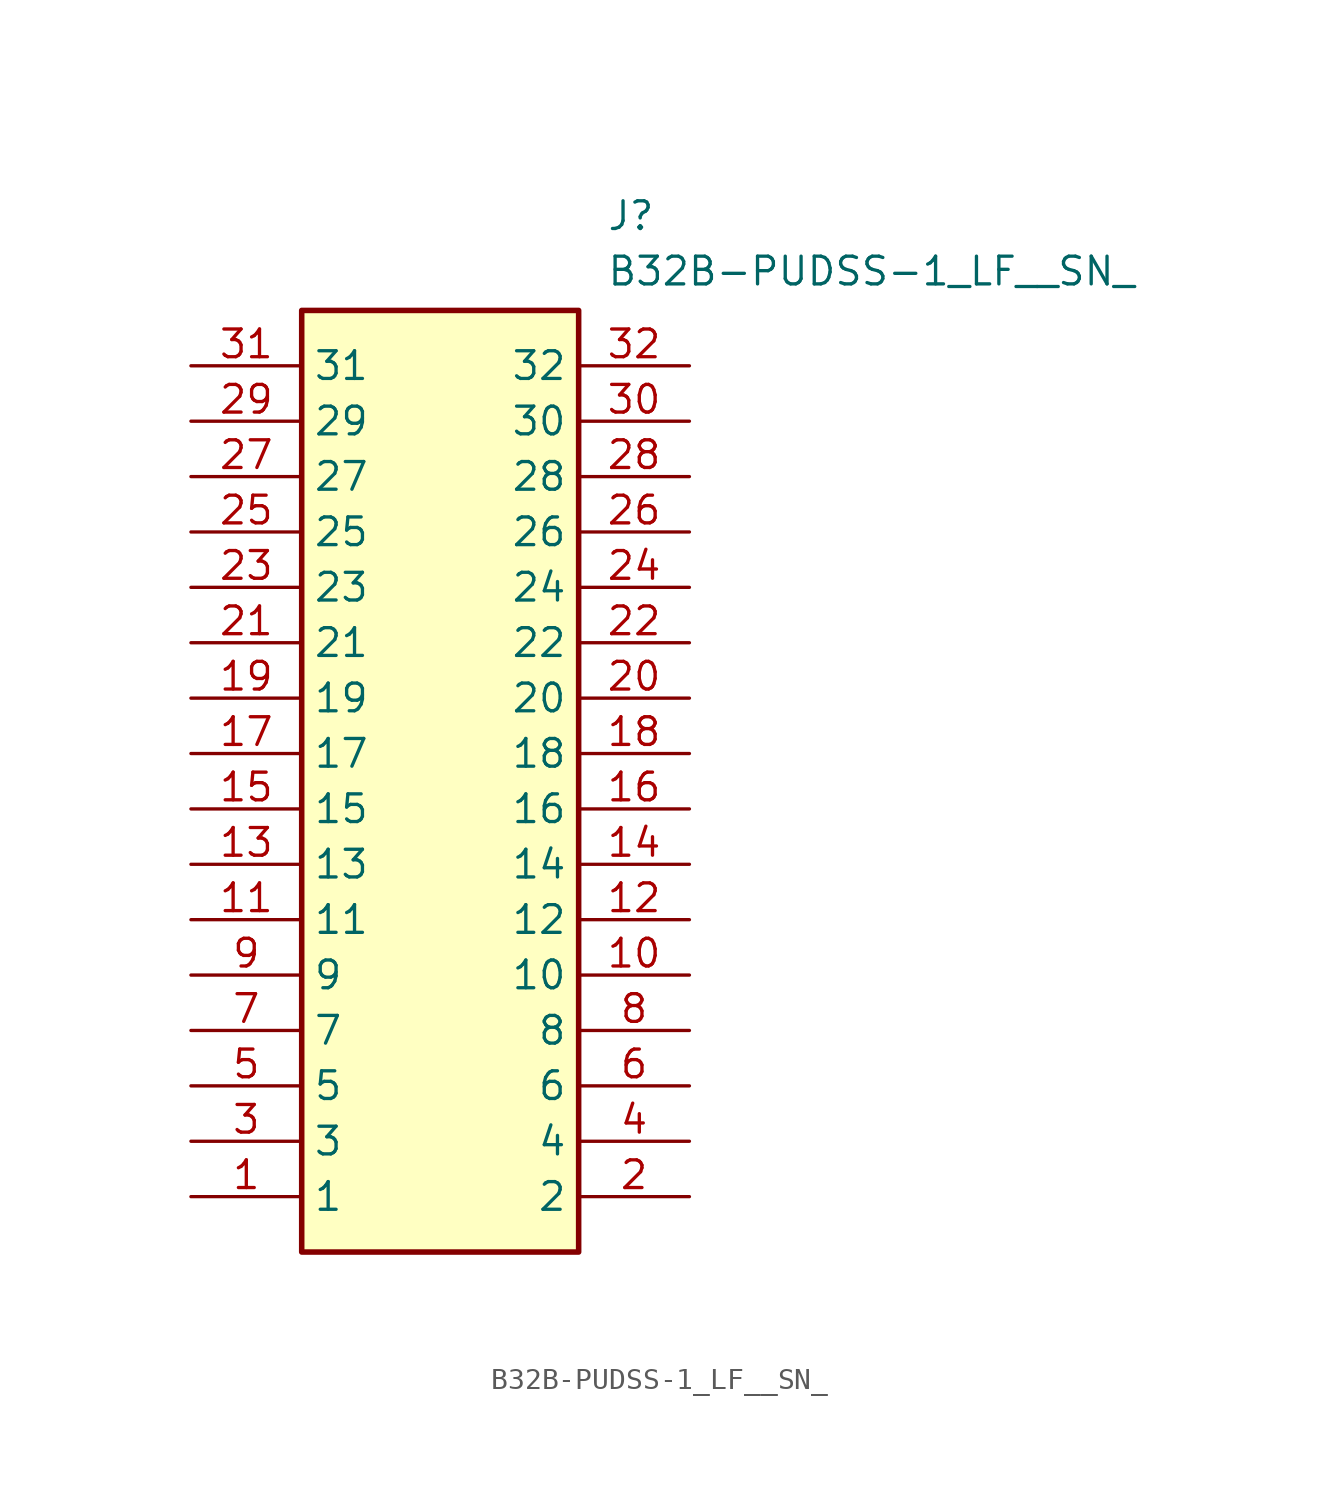
<source format=kicad_sym>
(kicad_symbol_lib
  (version 20211014)
  (generator SamacSys_ECAD_Model)
  (symbol "B32B-PUDSS-1_LF__SN_"
    (property "Reference" "J"
      (at 19.05 7.62 0)
      (effects (font (size 1.27 1.27)) (justify left top)))
    (property "Value" "B32B-PUDSS-1_LF__SN_"
      (at 19.05 5.08 0)
      (effects (font (size 1.27 1.27)) (justify left top)))
    (rectangle
      (start 5.08 2.54)
      (end 17.78 -40.64)
      (stroke (width 0.254) (type default))
      (fill (type background)))
    (pin passive line
      (at 0 -38.1 0)
      (length 5.08)
      (name "1" (effects (font (size 1.27 1.27))))
      (number "1" (effects (font (size 1.27 1.27)))))
    (pin passive line
      (at 22.86 -38.1 180)
      (length 5.08)
      (name "2" (effects (font (size 1.27 1.27))))
      (number "2" (effects (font (size 1.27 1.27)))))
    (pin passive line
      (at 0 -35.56 0)
      (length 5.08)
      (name "3" (effects (font (size 1.27 1.27))))
      (number "3" (effects (font (size 1.27 1.27)))))
    (pin passive line
      (at 22.86 -35.56 180)
      (length 5.08)
      (name "4" (effects (font (size 1.27 1.27))))
      (number "4" (effects (font (size 1.27 1.27)))))
    (pin passive line
      (at 0 -33.02 0)
      (length 5.08)
      (name "5" (effects (font (size 1.27 1.27))))
      (number "5" (effects (font (size 1.27 1.27)))))
    (pin passive line
      (at 22.86 -33.02 180)
      (length 5.08)
      (name "6" (effects (font (size 1.27 1.27))))
      (number "6" (effects (font (size 1.27 1.27)))))
    (pin passive line
      (at 0 -30.48 0)
      (length 5.08)
      (name "7" (effects (font (size 1.27 1.27))))
      (number "7" (effects (font (size 1.27 1.27)))))
    (pin passive line
      (at 22.86 -30.48 180)
      (length 5.08)
      (name "8" (effects (font (size 1.27 1.27))))
      (number "8" (effects (font (size 1.27 1.27)))))
    (pin passive line
      (at 0 -27.94 0)
      (length 5.08)
      (name "9" (effects (font (size 1.27 1.27))))
      (number "9" (effects (font (size 1.27 1.27)))))
    (pin passive line
      (at 22.86 -27.94 180)
      (length 5.08)
      (name "10" (effects (font (size 1.27 1.27))))
      (number "10" (effects (font (size 1.27 1.27)))))
    (pin passive line
      (at 0 -25.4 0)
      (length 5.08)
      (name "11" (effects (font (size 1.27 1.27))))
      (number "11" (effects (font (size 1.27 1.27)))))
    (pin passive line
      (at 22.86 -25.4 180)
      (length 5.08)
      (name "12" (effects (font (size 1.27 1.27))))
      (number "12" (effects (font (size 1.27 1.27)))))
    (pin passive line
      (at 0 -22.86 0)
      (length 5.08)
      (name "13" (effects (font (size 1.27 1.27))))
      (number "13" (effects (font (size 1.27 1.27)))))
    (pin passive line
      (at 22.86 -22.86 180)
      (length 5.08)
      (name "14" (effects (font (size 1.27 1.27))))
      (number "14" (effects (font (size 1.27 1.27)))))
    (pin passive line
      (at 0 -20.32 0)
      (length 5.08)
      (name "15" (effects (font (size 1.27 1.27))))
      (number "15" (effects (font (size 1.27 1.27)))))
    (pin passive line
      (at 22.86 -20.32 180)
      (length 5.08)
      (name "16" (effects (font (size 1.27 1.27))))
      (number "16" (effects (font (size 1.27 1.27)))))
    (pin passive line
      (at 0 -17.78 0)
      (length 5.08)
      (name "17" (effects (font (size 1.27 1.27))))
      (number "17" (effects (font (size 1.27 1.27)))))
    (pin passive line
      (at 22.86 -17.78 180)
      (length 5.08)
      (name "18" (effects (font (size 1.27 1.27))))
      (number "18" (effects (font (size 1.27 1.27)))))
    (pin passive line
      (at 0 -15.24 0)
      (length 5.08)
      (name "19" (effects (font (size 1.27 1.27))))
      (number "19" (effects (font (size 1.27 1.27)))))
    (pin passive line
      (at 22.86 -15.24 180)
      (length 5.08)
      (name "20" (effects (font (size 1.27 1.27))))
      (number "20" (effects (font (size 1.27 1.27)))))
    (pin passive line
      (at 0 -12.7 0)
      (length 5.08)
      (name "21" (effects (font (size 1.27 1.27))))
      (number "21" (effects (font (size 1.27 1.27)))))
    (pin passive line
      (at 22.86 -12.7 180)
      (length 5.08)
      (name "22" (effects (font (size 1.27 1.27))))
      (number "22" (effects (font (size 1.27 1.27)))))
    (pin passive line
      (at 0 -10.16 0)
      (length 5.08)
      (name "23" (effects (font (size 1.27 1.27))))
      (number "23" (effects (font (size 1.27 1.27)))))
    (pin passive line
      (at 22.86 -10.16 180)
      (length 5.08)
      (name "24" (effects (font (size 1.27 1.27))))
      (number "24" (effects (font (size 1.27 1.27)))))
    (pin passive line
      (at 0 -7.62 0)
      (length 5.08)
      (name "25" (effects (font (size 1.27 1.27))))
      (number "25" (effects (font (size 1.27 1.27)))))
    (pin passive line
      (at 22.86 -7.62 180)
      (length 5.08)
      (name "26" (effects (font (size 1.27 1.27))))
      (number "26" (effects (font (size 1.27 1.27)))))
    (pin passive line
      (at 0 -5.08 0)
      (length 5.08)
      (name "27" (effects (font (size 1.27 1.27))))
      (number "27" (effects (font (size 1.27 1.27)))))
    (pin passive line
      (at 22.86 -5.08 180)
      (length 5.08)
      (name "28" (effects (font (size 1.27 1.27))))
      (number "28" (effects (font (size 1.27 1.27)))))
    (pin passive line
      (at 0 -2.54 0)
      (length 5.08)
      (name "29" (effects (font (size 1.27 1.27))))
      (number "29" (effects (font (size 1.27 1.27)))))
    (pin passive line
      (at 22.86 -2.54 180)
      (length 5.08)
      (name "30" (effects (font (size 1.27 1.27))))
      (number "30" (effects (font (size 1.27 1.27)))))
    (pin passive line
      (at 0 0 0)
      (length 5.08)
      (name "31" (effects (font (size 1.27 1.27))))
      (number "31" (effects (font (size 1.27 1.27)))))
    (pin passive line
      (at 22.86 0 180)
      (length 5.08)
      (name "32" (effects (font (size 1.27 1.27))))
      (number "32" (effects (font (size 1.27 1.27)))))))
</source>
